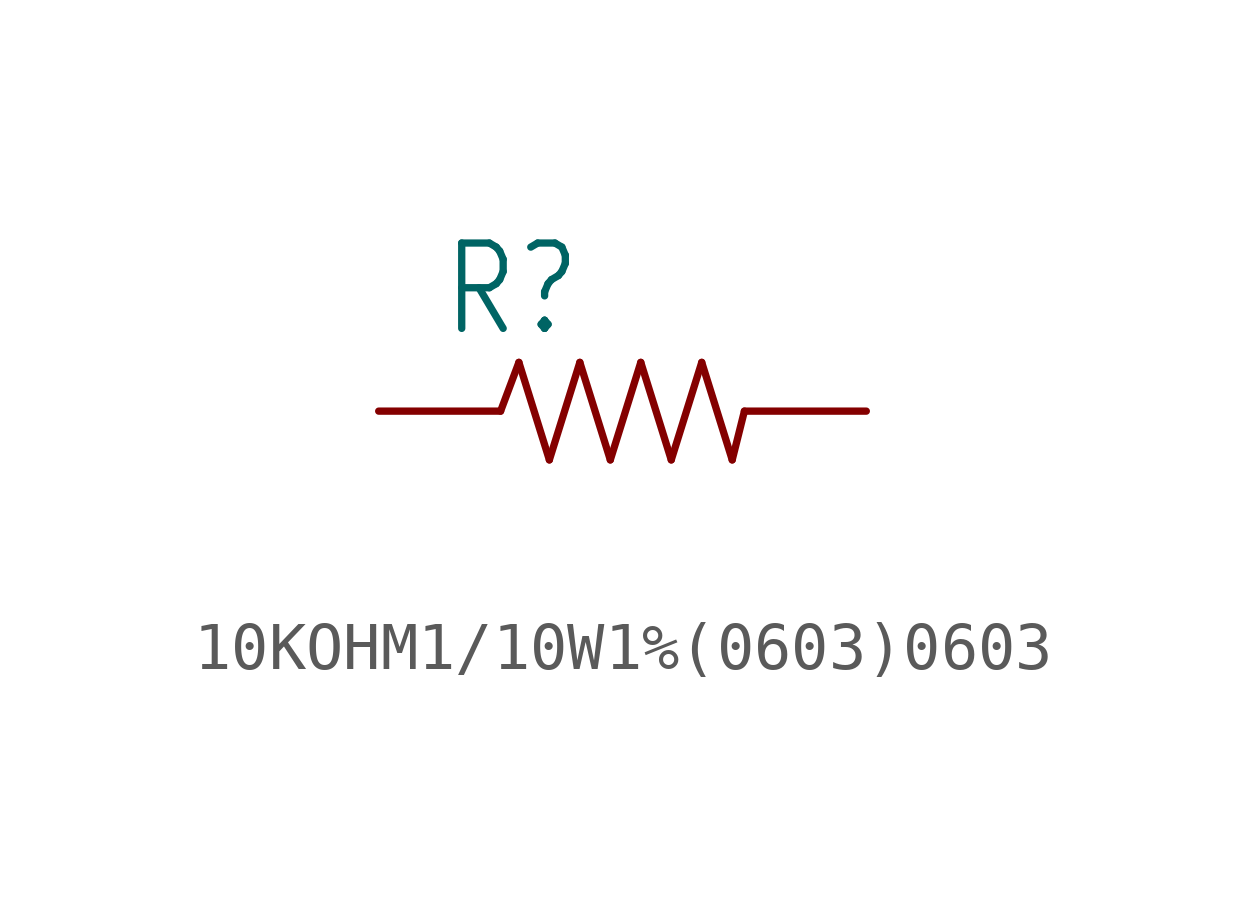
<source format=kicad_sym>
(kicad_symbol_lib
  (version 20231120)
  (generator "kicad_symbol_editor")
  (generator_version "8.0")
  (symbol "10KOHM1/10W1%(0603)0603"
    (property "Reference" "R"
      (at -3.81 1.499 0)
      (effects (font (size 1.778 1.511)) (justify left bottom)))
    (property "Value" ""
      (at -3.81 -3.302 0)
      (effects (font (size 1.778 1.511)) (justify left bottom)))
    (property "ki_locked" ""
      (at 0 0 0)
      (effects (font (size 1.27 1.27))))
    (symbol "10KOHM1/10W1%(0603)0603_1_0"
      (polyline (pts (xy -2.54 0) (xy -2.159 1.016)) (stroke (width 0.152) (type solid)) (fill (type none)))
      (polyline (pts (xy -2.159 1.016) (xy -1.524 -1.016)) (stroke (width 0.152) (type solid)) (fill (type none)))
      (polyline (pts (xy -1.524 -1.016) (xy -0.889 1.016)) (stroke (width 0.152) (type solid)) (fill (type none)))
      (polyline (pts (xy -0.889 1.016) (xy -0.254 -1.016)) (stroke (width 0.152) (type solid)) (fill (type none)))
      (polyline (pts (xy -0.254 -1.016) (xy 0.381 1.016)) (stroke (width 0.152) (type solid)) (fill (type none)))
      (polyline (pts (xy 0.381 1.016) (xy 1.016 -1.016)) (stroke (width 0.152) (type solid)) (fill (type none)))
      (polyline (pts (xy 1.016 -1.016) (xy 1.651 1.016)) (stroke (width 0.152) (type solid)) (fill (type none)))
      (polyline (pts (xy 1.651 1.016) (xy 2.286 -1.016)) (stroke (width 0.152) (type solid)) (fill (type none)))
      (polyline (pts (xy 2.286 -1.016) (xy 2.54 0)) (stroke (width 0.152) (type solid)) (fill (type none)))
      (pin passive line (at -5.08 0 0) (length 2.54) (name "1" (effects (font (size 0 0)))) (number "1" (effects (font (size 0 0)))))
      (pin passive line (at 5.08 0 180) (length 2.54) (name "2" (effects (font (size 0 0)))) (number "2" (effects (font (size 0 0))))))))
</source>
